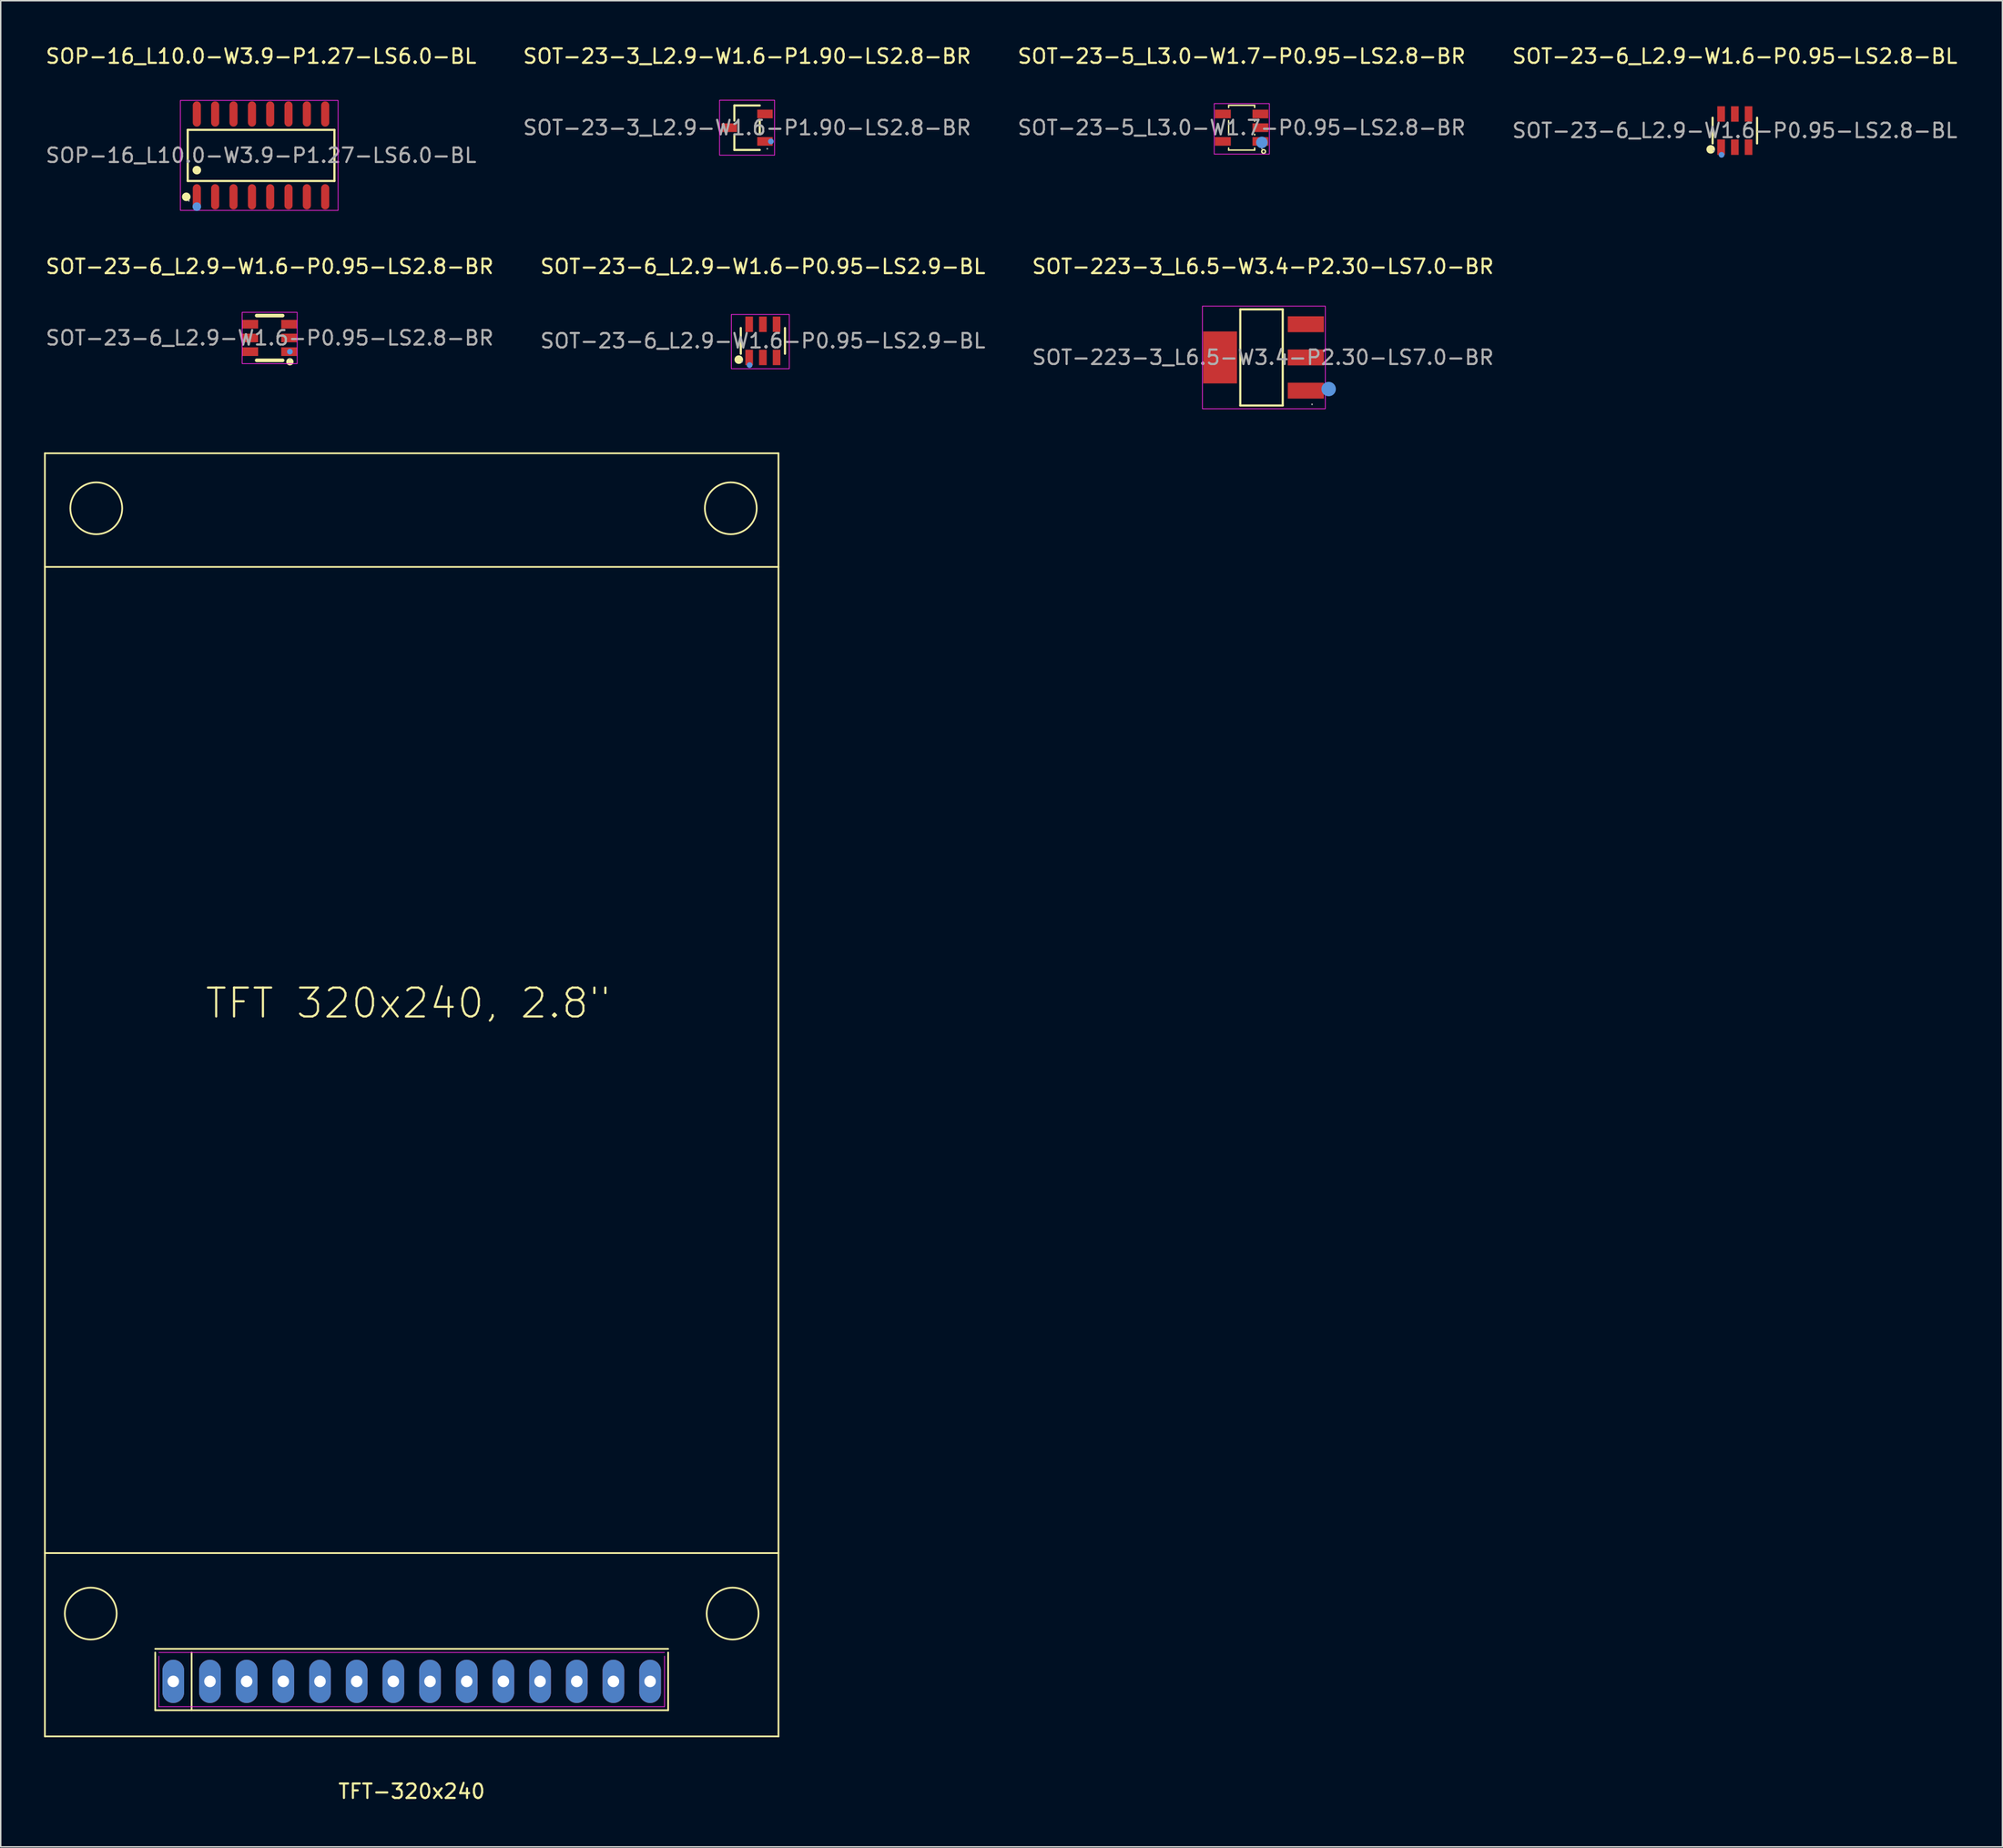
<source format=kicad_pcb>
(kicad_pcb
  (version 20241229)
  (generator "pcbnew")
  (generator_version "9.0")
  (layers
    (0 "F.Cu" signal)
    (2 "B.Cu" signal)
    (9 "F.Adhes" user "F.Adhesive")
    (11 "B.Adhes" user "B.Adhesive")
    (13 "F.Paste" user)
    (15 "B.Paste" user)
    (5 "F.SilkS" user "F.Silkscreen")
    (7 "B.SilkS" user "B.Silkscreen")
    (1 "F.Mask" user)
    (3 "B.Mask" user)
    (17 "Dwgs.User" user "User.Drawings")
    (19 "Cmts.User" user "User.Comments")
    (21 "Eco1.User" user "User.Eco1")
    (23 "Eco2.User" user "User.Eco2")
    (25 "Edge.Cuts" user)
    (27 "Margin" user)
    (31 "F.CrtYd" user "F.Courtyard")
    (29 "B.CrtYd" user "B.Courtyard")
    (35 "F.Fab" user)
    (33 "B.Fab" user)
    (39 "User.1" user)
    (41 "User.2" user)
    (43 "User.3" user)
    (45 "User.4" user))
  (footprint "SOT-223-3_L6.5-W3.4-P2.30-LS7.0-BR"
    (layer "F.Cu")
    (at 84.411 21.716)
    (property "Reference" "SOT-223-3_L6.5-W3.4-P2.30-LS7.0-BR" (at 0 -6.3 0) (layer "F.SilkS") (effects (font (size 1 1) (thickness 0.15))))
    (attr smd)
    (fp_line (start -1.57 -3.33) (end 1.37 -3.33) (stroke (width 0.15) (type solid)) (layer "F.SilkS"))
    (fp_line (start -1.57 3.33) (end -1.57 -3.33) (stroke (width 0.15) (type solid)) (layer "F.SilkS"))
    (fp_line (start 1.37 -3.33) (end 1.37 3.33) (stroke (width 0.15) (type solid)) (layer "F.SilkS"))
    (fp_line (start 1.37 3.33) (end -1.57 3.33) (stroke (width 0.15) (type solid)) (layer "F.SilkS"))
    (fp_circle (center 4.55 2.19) (end 4.8 2.19) (stroke (width 0.5) (type solid)) (fill no) (layer "Cmts.User"))
    (fp_rect (start -4.191 -3.556) (end 4.318 3.556) (stroke (width 0.05) (type default)) (fill no) (layer "F.CrtYd"))
    (fp_circle (center 3.4 3.25) (end 3.43 3.25) (stroke (width 0.06) (type solid)) (fill no) (layer "F.Fab"))
    (fp_text user "${REFERENCE}" (at 0 0 0) (layer "F.Fab") (effects (font (size 1 1) (thickness 0.15))))
    (pad "1" smd rect (at 2.97 2.3) (size 2.5 1.1) (layers "F.Cu" "F.Mask" "F.Paste"))
    (pad "2" smd rect (at 2.97 0) (size 2.5 1.1) (layers "F.Cu" "F.Mask" "F.Paste"))
    (pad "3" smd rect (at 2.97 -2.3) (size 2.5 1.1) (layers "F.Cu" "F.Mask" "F.Paste"))
    (pad "4" smd rect (at -2.97 0) (size 2.34 3.6) (layers "F.Cu" "F.Mask" "F.Paste")))
  (footprint "SOT-23-6_L2.9-W1.6-P0.95-LS2.8-BR"
    (layer "F.Cu")
    (at 15.625 20.366)
    (property "Reference" "SOT-23-6_L2.9-W1.6-P0.95-LS2.8-BR" (at 0 -4.95 0) (layer "F.SilkS") (effects (font (size 1 1) (thickness 0.15))))
    (attr smd)
    (fp_line (start -0.9 -1.55) (end 0.9 -1.55) (stroke (width 0.25) (type solid)) (layer "F.SilkS"))
    (fp_line (start -0.9 1.55) (end 0.9 1.55) (stroke (width 0.25) (type solid)) (layer "F.SilkS"))
    (fp_circle (center 1.4 1.65) (end 1.53 1.65) (stroke (width 0.25) (type solid)) (fill no) (layer "F.SilkS"))
    (fp_circle (center 1.4 0.95) (end 1.5 0.95) (stroke (width 0.2) (type solid)) (fill no) (layer "Cmts.User"))
    (fp_rect (start -1.905 -1.778) (end 1.905 1.778) (stroke (width 0.05) (type default)) (fill no) (layer "F.CrtYd"))
    (fp_circle (center 1.4 1.45) (end 1.43 1.45) (stroke (width 0.06) (type solid)) (fill no) (layer "F.Fab"))
    (fp_text user "${REFERENCE}" (at 0 0 0) (layer "F.Fab") (effects (font (size 1 1) (thickness 0.15))))
    (pad "1" smd rect (at 1.35 0.95) (size 1.1 0.6) (layers "F.Cu" "F.Mask" "F.Paste"))
    (pad "2" smd rect (at 1.35 0) (size 1.1 0.6) (layers "F.Cu" "F.Mask" "F.Paste"))
    (pad "3" smd rect (at 1.35 -0.95) (size 1.1 0.6) (layers "F.Cu" "F.Mask" "F.Paste"))
    (pad "4" smd rect (at -1.35 -0.95) (size 1.1 0.6) (layers "F.Cu" "F.Mask" "F.Paste"))
    (pad "5" smd rect (at -1.35 0) (size 1.1 0.6) (layers "F.Cu" "F.Mask" "F.Paste"))
    (pad "6" smd rect (at -1.35 0.95) (size 1.1 0.6) (layers "F.Cu" "F.Mask" "F.Paste")))
  (footprint "SOT-23-3_L2.9-W1.6-P1.90-LS2.8-BR"
    (layer "F.Cu")
    (at 48.685 5.798)
    (property "Reference" "SOT-23-3_L2.9-W1.6-P1.90-LS2.8-BR" (at 0 -4.95 0) (layer "F.SilkS") (effects (font (size 1 1) (thickness 0.15))))
    (attr smd)
    (fp_line (start -0.88 -1.54) (end -0.88 -0.49) (stroke (width 0.15) (type solid)) (layer "F.SilkS"))
    (fp_line (start -0.88 1.54) (end -0.88 0.49) (stroke (width 0.15) (type solid)) (layer "F.SilkS"))
    (fp_line (start 0.88 -1.54) (end -0.88 -1.54) (stroke (width 0.15) (type solid)) (layer "F.SilkS"))
    (fp_line (start 0.88 -0.46) (end 0.88 0.46) (stroke (width 0.15) (type solid)) (layer "F.SilkS"))
    (fp_line (start 0.88 1.54) (end -0.88 1.54) (stroke (width 0.15) (type solid)) (layer "F.SilkS"))
    (fp_circle (center 1.65 0.95) (end 1.75 0.95) (stroke (width 0.2) (type solid)) (fill no) (layer "Cmts.User"))
    (fp_rect (start -1.905 -1.905) (end 1.905 1.905) (stroke (width 0.05) (type default)) (fill no) (layer "F.CrtYd"))
    (fp_circle (center 1.4 1.46) (end 1.43 1.46) (stroke (width 0.06) (type solid)) (fill no) (layer "F.Fab"))
    (fp_text user "${REFERENCE}" (at 0 0 0) (layer "F.Fab") (effects (font (size 1 1) (thickness 0.15))))
    (pad "1" smd rect (at 1.24 0.95) (size 1.07 0.6) (layers "F.Cu" "F.Mask" "F.Paste"))
    (pad "2" smd rect (at 1.24 -0.95) (size 1.07 0.6) (layers "F.Cu" "F.Mask" "F.Paste"))
    (pad "3" smd rect (at -1.24 0) (size 1.07 0.6) (layers "F.Cu" "F.Mask" "F.Paste")))
  (footprint "SOT-23-6_L2.9-W1.6-P0.95-LS2.9-BL"
    (layer "F.Cu")
    (at 49.78 20.567)
    (property "Reference" "SOT-23-6_L2.9-W1.6-P0.95-LS2.9-BL" (at 0 -5.15 0) (layer "F.SilkS") (effects (font (size 1 1) (thickness 0.15))))
    (attr smd)
    (fp_line (start -1.53 0.89) (end -1.53 -0.89) (stroke (width 0.15) (type solid)) (layer "F.SilkS"))
    (fp_line (start 1.53 0.89) (end 1.53 -0.89) (stroke (width 0.15) (type solid)) (layer "F.SilkS"))
    (fp_circle (center -1.67 1.3) (end -1.52 1.3) (stroke (width 0.3) (type solid)) (fill no) (layer "F.SilkS"))
    (fp_circle (center -0.92 1.68) (end -0.82 1.68) (stroke (width 0.2) (type solid)) (fill no) (layer "Cmts.User"))
    (fp_rect (start -2.184 -1.829) (end 1.829 1.93) (stroke (width 0.05) (type default)) (fill no) (layer "F.CrtYd"))
    (fp_circle (center -1.45 1.45) (end -1.42 1.45) (stroke (width 0.06) (type solid)) (fill no) (layer "F.Fab"))
    (fp_text user "${REFERENCE}" (at 0 0 0) (layer "F.Fab") (effects (font (size 1 1) (thickness 0.15))))
    (pad "1" smd rect (at -0.95 1.15) (size 0.53 1.07) (layers "F.Cu" "F.Mask" "F.Paste"))
    (pad "2" smd rect (at 0 1.15) (size 0.53 1.07) (layers "F.Cu" "F.Mask" "F.Paste"))
    (pad "3" smd rect (at 0.95 1.15) (size 0.53 1.07) (layers "F.Cu" "F.Mask" "F.Paste"))
    (pad "4" smd rect (at 0.95 -1.15) (size 0.53 1.07) (layers "F.Cu" "F.Mask" "F.Paste"))
    (pad "5" smd rect (at 0 -1.15) (size 0.53 1.07) (layers "F.Cu" "F.Mask" "F.Paste"))
    (pad "6" smd rect (at -0.95 -1.15) (size 0.53 1.07) (layers "F.Cu" "F.Mask" "F.Paste")))
  (footprint "SOT-23-5_L3.0-W1.7-P0.95-LS2.8-BR"
    (layer "F.Cu")
    (at 82.935 5.798)
    (property "Reference" "SOT-23-5_L3.0-W1.7-P0.95-LS2.8-BR" (at 0 -4.95 0) (layer "F.SilkS") (effects (font (size 1 1) (thickness 0.15))))
    (attr smd)
    (fp_line (start -0.9 -1.55) (end -0.9 -1.4) (stroke (width 0.1) (type solid)) (layer "F.SilkS"))
    (fp_line (start -0.9 -1.55) (end 0.9 -1.55) (stroke (width 0.1) (type solid)) (layer "F.SilkS"))
    (fp_line (start -0.9 -0.49) (end -0.9 0.5) (stroke (width 0.1) (type solid)) (layer "F.SilkS"))
    (fp_line (start -0.9 1.41) (end -0.9 1.55) (stroke (width 0.1) (type solid)) (layer "F.SilkS"))
    (fp_line (start -0.9 1.55) (end 0.9 1.55) (stroke (width 0.1) (type solid)) (layer "F.SilkS"))
    (fp_line (start 0.9 -1.55) (end 0.9 -1.4) (stroke (width 0.1) (type solid)) (layer "F.SilkS"))
    (fp_line (start 0.9 -0.49) (end 0.9 -0.45) (stroke (width 0.1) (type solid)) (layer "F.SilkS"))
    (fp_line (start 0.9 0.46) (end 0.9 0.5) (stroke (width 0.1) (type solid)) (layer "F.SilkS"))
    (fp_line (start 0.9 1.41) (end 0.9 1.55) (stroke (width 0.1) (type solid)) (layer "F.SilkS"))
    (fp_circle (center 1.52 1.65) (end 1.65 1.65) (stroke (width 0.1) (type solid)) (fill no) (layer "F.SilkS"))
    (fp_circle (center 1.4 1.02) (end 1.6 1.02) (stroke (width 0.4) (type solid)) (fill no) (layer "Cmts.User"))
    (fp_rect (start -1.9 -1.67) (end 1.92 1.83) (stroke (width 0.05) (type default)) (fill no) (layer "F.CrtYd"))
    (fp_circle (center 1.4 1.45) (end 1.43 1.45) (stroke (width 0.06) (type solid)) (fill no) (layer "F.Fab"))
    (fp_text user "${REFERENCE}" (at 0 0 0) (layer "F.Fab") (effects (font (size 1 1) (thickness 0.15))))
    (pad "1" smd rect (at 1.3 0.95) (size 1.1 0.6) (layers "F.Cu" "F.Mask" "F.Paste"))
    (pad "2" smd rect (at 1.3 0) (size 1.1 0.6) (layers "F.Cu" "F.Mask" "F.Paste"))
    (pad "3" smd rect (at 1.3 -0.95) (size 1.1 0.6) (layers "F.Cu" "F.Mask" "F.Paste"))
    (pad "4" smd rect (at -1.3 -0.95) (size 1.1 0.6) (layers "F.Cu" "F.Mask" "F.Paste"))
    (pad "5" smd rect (at -1.3 0.95) (size 1.1 0.6) (layers "F.Cu" "F.Mask" "F.Paste")))
  (footprint "SOT-23-6_L2.9-W1.6-P0.95-LS2.8-BL"
    (layer "F.Cu")
    (at 117.089 5.998)
    (property "Reference" "SOT-23-6_L2.9-W1.6-P0.95-LS2.8-BL" (at 0 -5.15 0) (layer "F.SilkS") (effects (font (size 1 1) (thickness 0.15))))
    (attr smd)
    (fp_line (start -1.54 0.89) (end -1.54 -0.89) (stroke (width 0.15) (type solid)) (layer "F.SilkS"))
    (fp_line (start 1.54 0.89) (end 1.54 -0.89) (stroke (width 0.15) (type solid)) (layer "F.SilkS"))
    (fp_circle (center -1.67 1.3) (end -1.52 1.3) (stroke (width 0.3) (type solid)) (fill no) (layer "F.SilkS"))
    (fp_circle (center -0.92 1.68) (end -0.82 1.68) (stroke (width 0.2) (type solid)) (fill no) (layer "Cmts.User"))
    (fp_circle (center -1.46 1.4) (end -1.43 1.4) (stroke (width 0.06) (type solid)) (fill no) (layer "F.Fab"))
    (fp_text user "${REFERENCE}" (at 0 0 0) (layer "F.Fab") (effects (font (size 1 1) (thickness 0.15))))
    (pad "1" smd rect (at -0.95 1.15) (size 0.53 1.07) (layers "F.Cu" "F.Mask" "F.Paste"))
    (pad "2" smd rect (at 0 1.15) (size 0.53 1.07) (layers "F.Cu" "F.Mask" "F.Paste"))
    (pad "3" smd rect (at 0.95 1.15) (size 0.53 1.07) (layers "F.Cu" "F.Mask" "F.Paste"))
    (pad "4" smd rect (at 0.95 -1.15) (size 0.53 1.07) (layers "F.Cu" "F.Mask" "F.Paste"))
    (pad "5" smd rect (at 0 -1.15) (size 0.53 1.07) (layers "F.Cu" "F.Mask" "F.Paste"))
    (pad "6" smd rect (at -0.95 -1.15) (size 0.53 1.07) (layers "F.Cu" "F.Mask" "F.Paste")))
  (footprint "TFT-320x240"
    (layer "F.Cu")
    (at 25.46 113.448)
    (property "Reference" "TFT-320x240" (at 0 7.62 0) (layer "F.SilkS") (effects (font (size 1 1) (thickness 0.15))))
    (attr through_hole)
    (fp_line (start -25.4 -85.09) (end -25.4 3.81) (stroke (width 0.12) (type solid)) (layer "F.SilkS"))
    (fp_line (start -25.4 -77.216) (end 25.4 -77.216) (stroke (width 0.12) (type solid)) (layer "F.SilkS"))
    (fp_line (start -25.4 -8.89) (end 25.4 -8.89) (stroke (width 0.12) (type solid)) (layer "F.SilkS"))
    (fp_line (start -25.4 3.81) (end 25.4 3.81) (stroke (width 0.12) (type solid)) (layer "F.SilkS"))
    (fp_line (start -17.76 -2.254) (end 17.76 -2.254) (stroke (width 0.12) (type solid)) (layer "F.SilkS"))
    (fp_line (start -17.76 2) (end -17.76 -2) (stroke (width 0.12) (type solid)) (layer "F.SilkS"))
    (fp_line (start -15.24 -2) (end -15.24 2) (stroke (width 0.12) (type solid)) (layer "F.SilkS"))
    (fp_line (start 17.76 -2) (end 17.76 2) (stroke (width 0.12) (type solid)) (layer "F.SilkS"))
    (fp_line (start 17.76 2) (end -17.76 2) (stroke (width 0.12) (type solid)) (layer "F.SilkS"))
    (fp_line (start 25.4 -85.09) (end -25.4 -85.09) (stroke (width 0.12) (type solid)) (layer "F.SilkS"))
    (fp_line (start 25.4 3.81) (end 25.4 -85.09) (stroke (width 0.12) (type solid)) (layer "F.SilkS"))
    (fp_circle (center -22.225 -4.699) (end -23.495 -3.429) (stroke (width 0.12) (type solid)) (fill no) (layer "F.SilkS"))
    (fp_circle (center -21.844 -81.28) (end -23.114 -82.55) (stroke (width 0.12) (type solid)) (fill no) (layer "F.SilkS"))
    (fp_circle (center 22.098 -81.28) (end 20.828 -80.01) (stroke (width 0.12) (type solid)) (fill no) (layer "F.SilkS"))
    (fp_circle (center 22.225 -4.699) (end 20.955 -3.429) (stroke (width 0.12) (type solid)) (fill no) (layer "F.SilkS"))
    (fp_line (start -17.51 -2.004) (end 17.51 -2.004) (stroke (width 0.05) (type solid)) (layer "F.CrtYd"))
    (fp_line (start -17.51 1.75) (end -17.51 -1.75) (stroke (width 0.05) (type solid)) (layer "F.CrtYd"))
    (fp_line (start 17.51 -1.75) (end 17.51 1.75) (stroke (width 0.05) (type solid)) (layer "F.CrtYd"))
    (fp_line (start 17.51 1.75) (end -17.51 1.75) (stroke (width 0.05) (type solid)) (layer "F.CrtYd"))
    (fp_text user "TFT 320x240, 2.8\"" (at -0.254 -46.99 0) (layer "F.SilkS") (effects (font (size 2 2) (thickness 0.15))))
    (pad "1" thru_hole oval (at -16.51 0) (size 1.5 3) (drill 0.8) (layers "*.Cu" "*.Mask"))
    (pad "2" thru_hole oval (at -13.97 0) (size 1.5 3) (drill 0.8) (layers "*.Cu" "*.Mask"))
    (pad "3" thru_hole oval (at -11.43 0) (size 1.5 3) (drill 0.8) (layers "*.Cu" "*.Mask"))
    (pad "4" thru_hole oval (at -8.89 0) (size 1.5 3) (drill 0.8) (layers "*.Cu" "*.Mask"))
    (pad "5" thru_hole oval (at -6.35 0) (size 1.5 3) (drill 0.8) (layers "*.Cu" "*.Mask"))
    (pad "6" thru_hole oval (at -3.81 0) (size 1.5 3) (drill 0.8) (layers "*.Cu" "*.Mask"))
    (pad "7" thru_hole oval (at -1.27 0) (size 1.5 3) (drill 0.8) (layers "*.Cu" "*.Mask"))
    (pad "8" thru_hole oval (at 1.27 0) (size 1.5 3) (drill 0.8) (layers "*.Cu" "*.Mask"))
    (pad "9" thru_hole oval (at 3.81 0) (size 1.5 3) (drill 0.8) (layers "*.Cu" "*.Mask"))
    (pad "10" thru_hole oval (at 6.35 0) (size 1.5 3) (drill 0.8) (layers "*.Cu" "*.Mask"))
    (pad "11" thru_hole oval (at 8.89 0) (size 1.5 3) (drill 0.8) (layers "*.Cu" "*.Mask"))
    (pad "12" thru_hole oval (at 11.43 0) (size 1.5 3) (drill 0.8) (layers "*.Cu" "*.Mask"))
    (pad "13" thru_hole oval (at 13.97 0) (size 1.5 3) (drill 0.8) (layers "*.Cu" "*.Mask"))
    (pad "14" thru_hole oval (at 16.51 0) (size 1.5 3) (drill 0.8) (layers "*.Cu" "*.Mask")))
  (footprint "SOP-16_L10.0-W3.9-P1.27-LS6.0-BL"
    (layer "F.Cu")
    (at 15.03 7.718)
    (property "Reference" "SOP-16_L10.0-W3.9-P1.27-LS6.0-BL" (at 0 -6.87 0) (layer "F.SilkS") (effects (font (size 1 1) (thickness 0.15))))
    (attr smd)
    (fp_line (start -5.08 -1.77) (end 5.08 -1.77) (stroke (width 0.15) (type solid)) (layer "F.SilkS"))
    (fp_line (start -5.08 1.77) (end -5.08 -1.77) (stroke (width 0.15) (type solid)) (layer "F.SilkS"))
    (fp_line (start 5.08 -1.77) (end 5.08 1.77) (stroke (width 0.15) (type solid)) (layer "F.SilkS"))
    (fp_line (start 5.08 1.77) (end -5.08 1.77) (stroke (width 0.15) (type solid)) (layer "F.SilkS"))
    (fp_circle (center -5.18 2.87) (end -5.03 2.87) (stroke (width 0.3) (type solid)) (fill no) (layer "F.SilkS"))
    (fp_circle (center -4.45 1.02) (end -4.3 1.02) (stroke (width 0.3) (type solid)) (fill no) (layer "F.SilkS"))
    (fp_circle (center -4.45 3.55) (end -4.3 3.55) (stroke (width 0.3) (type solid)) (fill no) (layer "Cmts.User"))
    (fp_rect (start -5.588 -3.81) (end 5.334 3.81) (stroke (width 0.05) (type default)) (fill no) (layer "F.CrtYd"))
    (fp_circle (center -5 3.15) (end -4.97 3.15) (stroke (width 0.06) (type solid)) (fill no) (layer "F.Fab"))
    (fp_text user "${REFERENCE}" (at 0 0 0) (layer "F.Fab") (effects (font (size 1 1) (thickness 0.15))))
    (pad "1" smd oval (at -4.45 2.87) (size 0.56 1.75) (layers "F.Cu" "F.Mask" "F.Paste"))
    (pad "2" smd oval (at -3.18 2.87) (size 0.56 1.75) (layers "F.Cu" "F.Mask" "F.Paste"))
    (pad "3" smd oval (at -1.91 2.87) (size 0.56 1.75) (layers "F.Cu" "F.Mask" "F.Paste"))
    (pad "4" smd oval (at -0.63 2.87) (size 0.56 1.75) (layers "F.Cu" "F.Mask" "F.Paste"))
    (pad "5" smd oval (at 0.63 2.87) (size 0.56 1.75) (layers "F.Cu" "F.Mask" "F.Paste"))
    (pad "6" smd oval (at 1.9 2.87) (size 0.56 1.75) (layers "F.Cu" "F.Mask" "F.Paste"))
    (pad "7" smd oval (at 3.17 2.87) (size 0.56 1.75) (layers "F.Cu" "F.Mask" "F.Paste"))
    (pad "8" smd oval (at 4.44 2.87) (size 0.56 1.75) (layers "F.Cu" "F.Mask" "F.Paste"))
    (pad "9" smd oval (at 4.44 -2.87) (size 0.56 1.75) (layers "F.Cu" "F.Mask" "F.Paste"))
    (pad "10" smd oval (at 3.17 -2.87) (size 0.56 1.75) (layers "F.Cu" "F.Mask" "F.Paste"))
    (pad "11" smd oval (at 1.9 -2.87) (size 0.56 1.75) (layers "F.Cu" "F.Mask" "F.Paste"))
    (pad "12" smd oval (at 0.63 -2.87) (size 0.56 1.75) (layers "F.Cu" "F.Mask" "F.Paste"))
    (pad "13" smd oval (at -0.63 -2.87) (size 0.56 1.75) (layers "F.Cu" "F.Mask" "F.Paste"))
    (pad "14" smd oval (at -1.91 -2.87) (size 0.56 1.75) (layers "F.Cu" "F.Mask" "F.Paste"))
    (pad "15" smd oval (at -3.18 -2.87) (size 0.56 1.75) (layers "F.Cu" "F.Mask" "F.Paste"))
    (pad "16" smd oval (at -4.45 -2.87) (size 0.56 1.75) (layers "F.Cu" "F.Mask" "F.Paste")))
  (gr_rect
    (start -3 -3)
    (end 135.619 124.916)
    (stroke (width 0.1) (type default))
    (fill no)
    (layer "Edge.Cuts")))
</source>
